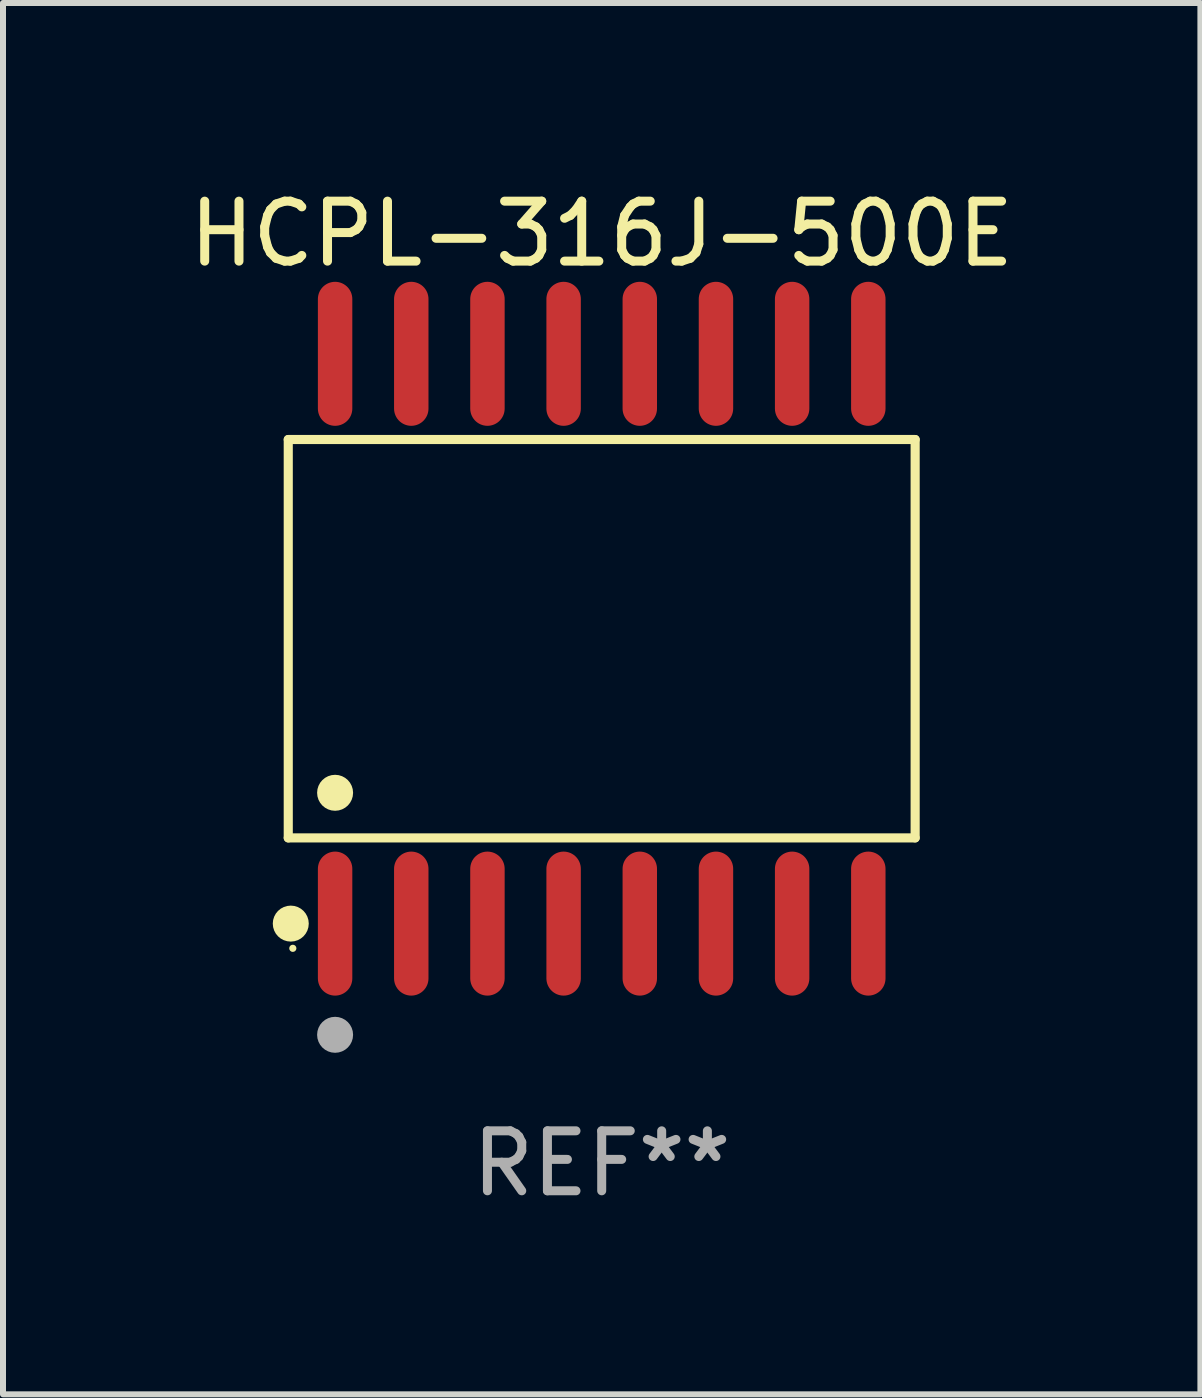
<source format=kicad_pcb>
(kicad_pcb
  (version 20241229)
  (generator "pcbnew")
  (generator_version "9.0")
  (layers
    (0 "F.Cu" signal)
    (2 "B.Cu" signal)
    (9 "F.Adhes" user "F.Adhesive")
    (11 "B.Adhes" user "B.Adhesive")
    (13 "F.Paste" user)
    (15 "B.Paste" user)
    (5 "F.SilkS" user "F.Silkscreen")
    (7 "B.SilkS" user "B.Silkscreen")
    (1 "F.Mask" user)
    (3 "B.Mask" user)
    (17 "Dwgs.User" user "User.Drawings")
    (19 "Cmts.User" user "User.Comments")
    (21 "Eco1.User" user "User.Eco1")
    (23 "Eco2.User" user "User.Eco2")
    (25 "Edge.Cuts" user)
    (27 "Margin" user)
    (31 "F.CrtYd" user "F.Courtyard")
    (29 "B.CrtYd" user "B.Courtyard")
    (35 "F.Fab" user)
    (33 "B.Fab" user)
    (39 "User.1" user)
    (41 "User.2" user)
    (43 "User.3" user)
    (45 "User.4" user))
  (footprint "HCPL-316J-500E"
    (layer "F.Cu")
    (at 6.982 7.599)
    (property "Reference" "HCPL-316J-500E" (at 0 -6.75 0) (layer "F.SilkS") (effects (font (size 1 1) (thickness 0.15))))
    (attr through_hole)
    (fp_line (start -5.226 -3.321) (end 5.226 -3.321) (stroke (width 0.152) (type solid)) (layer "F.SilkS"))
    (fp_line (start -5.226 3.321) (end -5.226 -3.321) (stroke (width 0.152) (type solid)) (layer "F.SilkS"))
    (fp_line (start 5.226 -3.321) (end 5.226 3.321) (stroke (width 0.152) (type solid)) (layer "F.SilkS"))
    (fp_line (start 5.226 3.321) (end -5.226 3.321) (stroke (width 0.152) (type solid)) (layer "F.SilkS"))
    (fp_circle (center -5.184 4.75) (end -5.034 4.75) (stroke (width 0.3) (type solid)) (fill no) (layer "F.SilkS"))
    (fp_circle (center -5.15 5.162) (end -5.12 5.162) (stroke (width 0.06) (type solid)) (fill no) (layer "F.SilkS"))
    (fp_circle (center -4.445 2.569) (end -4.295 2.569) (stroke (width 0.3) (type solid)) (fill no) (layer "F.SilkS"))
    (fp_circle (center -4.445 6.604) (end -4.295 6.604) (stroke (width 0.3) (type solid)) (fill no) (layer "F.Fab"))
    (fp_text user "REF**" (at 0 8.75 0) (layer "F.Fab") (effects (font (size 1 1) (thickness 0.15))))
    (pad "1" smd oval (at -4.445 4.75) (size 0.574 2.401) (layers "F.Cu" "F.Mask" "F.Paste"))
    (pad "2" smd oval (at -3.175 4.75) (size 0.574 2.401) (layers "F.Cu" "F.Mask" "F.Paste"))
    (pad "3" smd oval (at -1.905 4.75) (size 0.574 2.401) (layers "F.Cu" "F.Mask" "F.Paste"))
    (pad "4" smd oval (at -0.635 4.75) (size 0.574 2.401) (layers "F.Cu" "F.Mask" "F.Paste"))
    (pad "5" smd oval (at 0.635 4.75) (size 0.574 2.401) (layers "F.Cu" "F.Mask" "F.Paste"))
    (pad "6" smd oval (at 1.905 4.75) (size 0.574 2.401) (layers "F.Cu" "F.Mask" "F.Paste"))
    (pad "7" smd oval (at 3.175 4.75) (size 0.574 2.401) (layers "F.Cu" "F.Mask" "F.Paste"))
    (pad "8" smd oval (at 4.445 4.75) (size 0.574 2.401) (layers "F.Cu" "F.Mask" "F.Paste"))
    (pad "9" smd oval (at 4.445 -4.75) (size 0.574 2.401) (layers "F.Cu" "F.Mask" "F.Paste"))
    (pad "10" smd oval (at 3.175 -4.75) (size 0.574 2.401) (layers "F.Cu" "F.Mask" "F.Paste"))
    (pad "11" smd oval (at 1.905 -4.75) (size 0.574 2.401) (layers "F.Cu" "F.Mask" "F.Paste"))
    (pad "12" smd oval (at 0.635 -4.75) (size 0.574 2.401) (layers "F.Cu" "F.Mask" "F.Paste"))
    (pad "13" smd oval (at -0.635 -4.75) (size 0.574 2.401) (layers "F.Cu" "F.Mask" "F.Paste"))
    (pad "14" smd oval (at -1.905 -4.75) (size 0.574 2.401) (layers "F.Cu" "F.Mask" "F.Paste"))
    (pad "15" smd oval (at -3.175 -4.75) (size 0.574 2.401) (layers "F.Cu" "F.Mask" "F.Paste"))
    (pad "16" smd oval (at -4.445 -4.75) (size 0.574 2.401) (layers "F.Cu" "F.Mask" "F.Paste")))
  (gr_rect
    (start -3 -3)
    (end 16.964 20.197)
    (stroke (width 0.1) (type default))
    (fill no)
    (layer "Edge.Cuts")))
</source>
